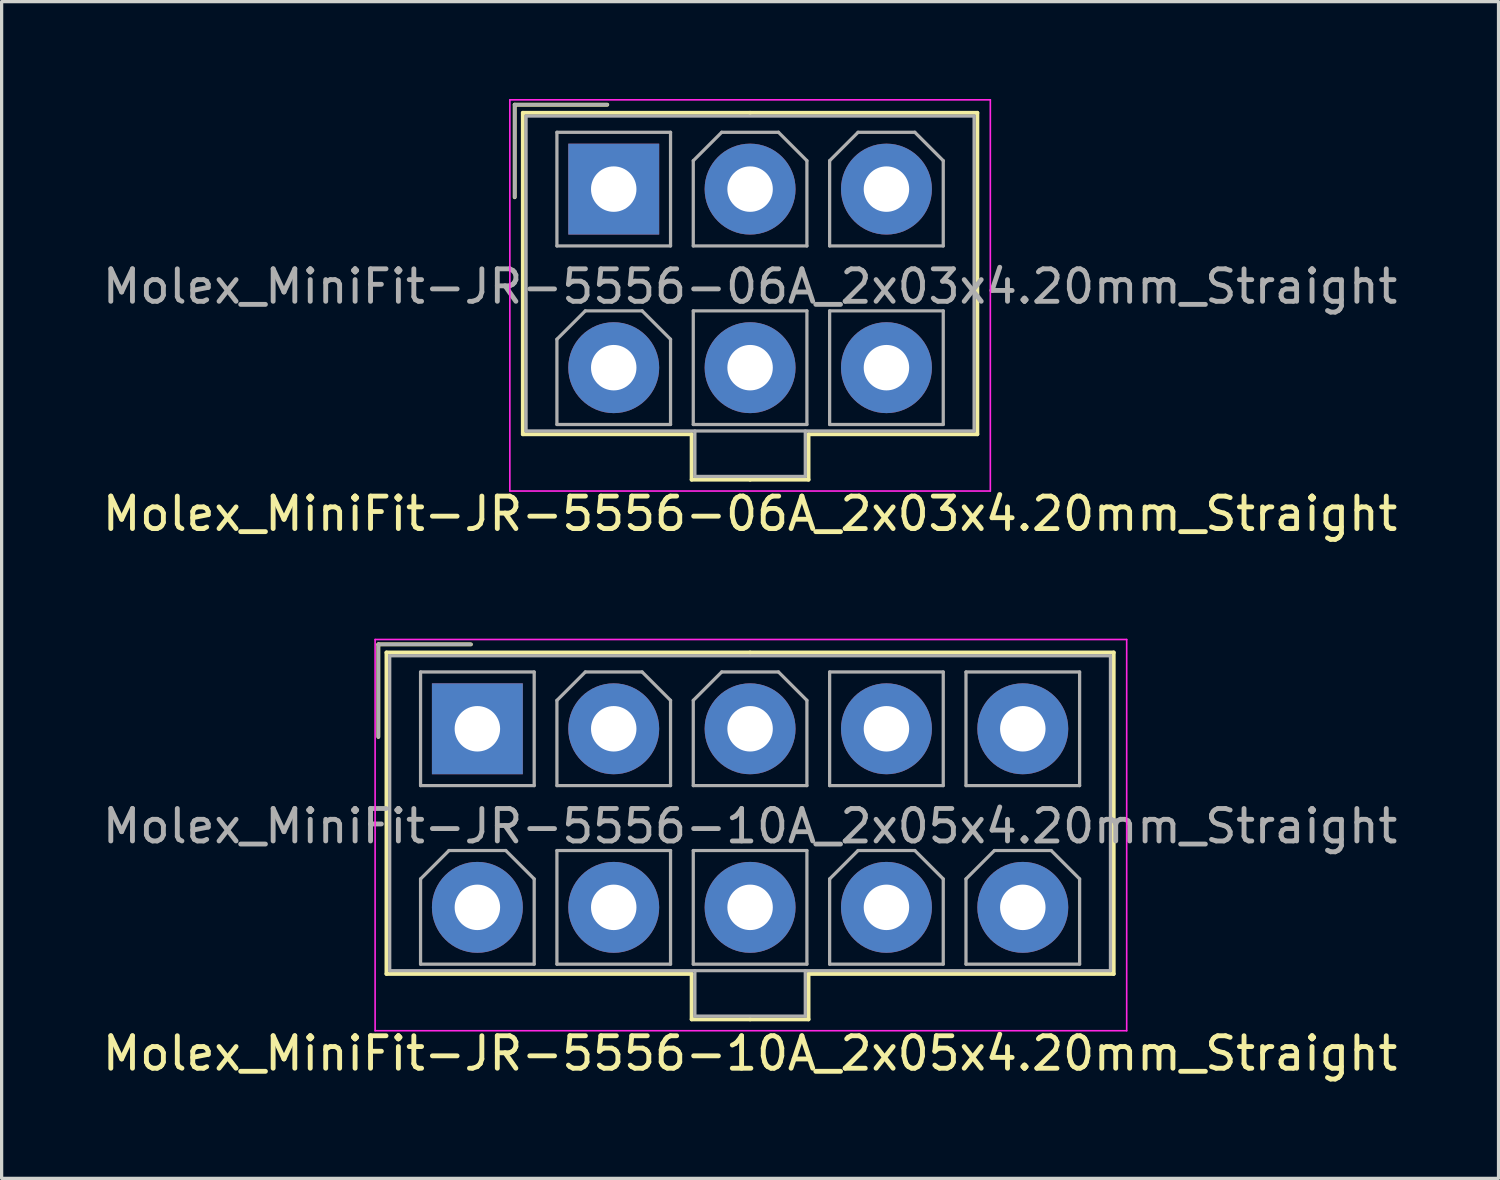
<source format=kicad_pcb>
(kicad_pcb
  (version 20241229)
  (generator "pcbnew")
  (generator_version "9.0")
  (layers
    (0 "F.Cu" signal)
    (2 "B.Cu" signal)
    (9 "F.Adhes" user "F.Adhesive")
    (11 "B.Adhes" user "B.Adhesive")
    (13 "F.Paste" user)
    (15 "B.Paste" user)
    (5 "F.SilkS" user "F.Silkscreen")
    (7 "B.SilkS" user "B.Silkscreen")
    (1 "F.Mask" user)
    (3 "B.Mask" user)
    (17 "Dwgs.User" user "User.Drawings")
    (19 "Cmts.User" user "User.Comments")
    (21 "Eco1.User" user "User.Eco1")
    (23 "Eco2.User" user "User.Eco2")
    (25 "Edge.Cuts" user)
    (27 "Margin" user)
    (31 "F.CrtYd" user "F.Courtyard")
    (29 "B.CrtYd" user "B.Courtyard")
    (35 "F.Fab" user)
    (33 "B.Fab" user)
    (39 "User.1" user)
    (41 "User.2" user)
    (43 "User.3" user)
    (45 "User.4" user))
  (footprint "Molex_MiniFit-JR-5556-06A_2x03x4.20mm_Straight"
    (layer "F.Cu")
    (at 15.854 2.775)
    (property "Reference" "Molex_MiniFit-JR-5556-06A_2x03x4.20mm_Straight" (at 4.2 10 0) (layer "F.SilkS") (effects (font (size 1 1) (thickness 0.15))))
    (attr through_hole)
    (fp_line (start -3.05 -2.6) (end -3.05 0.25) (stroke (width 0.12) (type solid)) (layer "F.SilkS"))
    (fp_line (start -2.8 -2.35) (end -2.8 7.55) (stroke (width 0.12) (type solid)) (layer "F.SilkS"))
    (fp_line (start -2.8 7.55) (end 2.4 7.55) (stroke (width 0.12) (type solid)) (layer "F.SilkS"))
    (fp_line (start -0.2 -2.6) (end -3.05 -2.6) (stroke (width 0.12) (type solid)) (layer "F.SilkS"))
    (fp_line (start 2.4 7.55) (end 2.4 8.95) (stroke (width 0.12) (type solid)) (layer "F.SilkS"))
    (fp_line (start 2.4 8.95) (end 4.2 8.95) (stroke (width 0.12) (type solid)) (layer "F.SilkS"))
    (fp_line (start 4.2 -2.35) (end -2.8 -2.35) (stroke (width 0.12) (type solid)) (layer "F.SilkS"))
    (fp_line (start 4.2 -2.35) (end 11.2 -2.35) (stroke (width 0.12) (type solid)) (layer "F.SilkS"))
    (fp_line (start 6 7.55) (end 6 8.95) (stroke (width 0.12) (type solid)) (layer "F.SilkS"))
    (fp_line (start 6 8.95) (end 4.2 8.95) (stroke (width 0.12) (type solid)) (layer "F.SilkS"))
    (fp_line (start 11.2 -2.35) (end 11.2 7.55) (stroke (width 0.12) (type solid)) (layer "F.SilkS"))
    (fp_line (start 11.2 7.55) (end 6 7.55) (stroke (width 0.12) (type solid)) (layer "F.SilkS"))
    (fp_line (start -3.2 -2.75) (end -3.2 9.3) (stroke (width 0.05) (type solid)) (layer "F.CrtYd"))
    (fp_line (start -3.2 9.3) (end 11.6 9.3) (stroke (width 0.05) (type solid)) (layer "F.CrtYd"))
    (fp_line (start 11.6 -2.75) (end -3.2 -2.75) (stroke (width 0.05) (type solid)) (layer "F.CrtYd"))
    (fp_line (start 11.6 9.3) (end 11.6 -2.75) (stroke (width 0.05) (type solid)) (layer "F.CrtYd"))
    (fp_line (start -3.05 -2.6) (end -3.05 0.25) (stroke (width 0.1) (type solid)) (layer "F.Fab"))
    (fp_line (start -2.7 -2.25) (end -2.7 7.45) (stroke (width 0.1) (type solid)) (layer "F.Fab"))
    (fp_line (start -2.7 7.45) (end 11.1 7.45) (stroke (width 0.1) (type solid)) (layer "F.Fab"))
    (fp_line (start -1.75 -1.75) (end -1.75 1.75) (stroke (width 0.1) (type solid)) (layer "F.Fab"))
    (fp_line (start -1.75 1.75) (end 1.75 1.75) (stroke (width 0.1) (type solid)) (layer "F.Fab"))
    (fp_line (start -1.75 4.625) (end -0.875 3.75) (stroke (width 0.1) (type solid)) (layer "F.Fab"))
    (fp_line (start -1.75 7.25) (end -1.75 4.625) (stroke (width 0.1) (type solid)) (layer "F.Fab"))
    (fp_line (start -0.875 3.75) (end 0.875 3.75) (stroke (width 0.1) (type solid)) (layer "F.Fab"))
    (fp_line (start -0.2 -2.6) (end -3.05 -2.6) (stroke (width 0.1) (type solid)) (layer "F.Fab"))
    (fp_line (start 0.875 3.75) (end 1.75 4.625) (stroke (width 0.1) (type solid)) (layer "F.Fab"))
    (fp_line (start 1.75 -1.75) (end -1.75 -1.75) (stroke (width 0.1) (type solid)) (layer "F.Fab"))
    (fp_line (start 1.75 1.75) (end 1.75 -1.75) (stroke (width 0.1) (type solid)) (layer "F.Fab"))
    (fp_line (start 1.75 4.625) (end 1.75 7.25) (stroke (width 0.1) (type solid)) (layer "F.Fab"))
    (fp_line (start 1.75 7.25) (end -1.75 7.25) (stroke (width 0.1) (type solid)) (layer "F.Fab"))
    (fp_line (start 2.45 -0.875) (end 3.325 -1.75) (stroke (width 0.1) (type solid)) (layer "F.Fab"))
    (fp_line (start 2.45 1.75) (end 2.45 -0.875) (stroke (width 0.1) (type solid)) (layer "F.Fab"))
    (fp_line (start 2.45 3.75) (end 2.45 7.25) (stroke (width 0.1) (type solid)) (layer "F.Fab"))
    (fp_line (start 2.45 7.25) (end 5.95 7.25) (stroke (width 0.1) (type solid)) (layer "F.Fab"))
    (fp_line (start 2.5 7.45) (end 2.5 8.85) (stroke (width 0.1) (type solid)) (layer "F.Fab"))
    (fp_line (start 2.5 8.85) (end 5.9 8.85) (stroke (width 0.1) (type solid)) (layer "F.Fab"))
    (fp_line (start 3.325 -1.75) (end 5.075 -1.75) (stroke (width 0.1) (type solid)) (layer "F.Fab"))
    (fp_line (start 5.075 -1.75) (end 5.95 -0.875) (stroke (width 0.1) (type solid)) (layer "F.Fab"))
    (fp_line (start 5.9 8.85) (end 5.9 7.45) (stroke (width 0.1) (type solid)) (layer "F.Fab"))
    (fp_line (start 5.95 -0.875) (end 5.95 1.75) (stroke (width 0.1) (type solid)) (layer "F.Fab"))
    (fp_line (start 5.95 1.75) (end 2.45 1.75) (stroke (width 0.1) (type solid)) (layer "F.Fab"))
    (fp_line (start 5.95 3.75) (end 2.45 3.75) (stroke (width 0.1) (type solid)) (layer "F.Fab"))
    (fp_line (start 5.95 7.25) (end 5.95 3.75) (stroke (width 0.1) (type solid)) (layer "F.Fab"))
    (fp_line (start 6.65 -0.875) (end 7.525 -1.75) (stroke (width 0.1) (type solid)) (layer "F.Fab"))
    (fp_line (start 6.65 1.75) (end 6.65 -0.875) (stroke (width 0.1) (type solid)) (layer "F.Fab"))
    (fp_line (start 6.65 3.75) (end 6.65 7.25) (stroke (width 0.1) (type solid)) (layer "F.Fab"))
    (fp_line (start 6.65 7.25) (end 10.15 7.25) (stroke (width 0.1) (type solid)) (layer "F.Fab"))
    (fp_line (start 7.525 -1.75) (end 9.275 -1.75) (stroke (width 0.1) (type solid)) (layer "F.Fab"))
    (fp_line (start 9.275 -1.75) (end 10.15 -0.875) (stroke (width 0.1) (type solid)) (layer "F.Fab"))
    (fp_line (start 10.15 -0.875) (end 10.15 1.75) (stroke (width 0.1) (type solid)) (layer "F.Fab"))
    (fp_line (start 10.15 1.75) (end 6.65 1.75) (stroke (width 0.1) (type solid)) (layer "F.Fab"))
    (fp_line (start 10.15 3.75) (end 6.65 3.75) (stroke (width 0.1) (type solid)) (layer "F.Fab"))
    (fp_line (start 10.15 7.25) (end 10.15 3.75) (stroke (width 0.1) (type solid)) (layer "F.Fab"))
    (fp_line (start 11.1 -2.25) (end -2.7 -2.25) (stroke (width 0.1) (type solid)) (layer "F.Fab"))
    (fp_line (start 11.1 7.45) (end 11.1 -2.25) (stroke (width 0.1) (type solid)) (layer "F.Fab"))
    (fp_text user "${REFERENCE}" (at 4.2 3 0) (layer "F.Fab") (effects (font (size 1 1) (thickness 0.15))))
    (pad "1" thru_hole rect (at 0 0) (size 2.8 2.8) (drill 1.4) (layers "*.Cu" "*.Mask"))
    (pad "2" thru_hole circle (at 4.2 0) (size 2.8 2.8) (drill 1.4) (layers "*.Cu" "*.Mask"))
    (pad "3" thru_hole circle (at 8.4 0) (size 2.8 2.8) (drill 1.4) (layers "*.Cu" "*.Mask"))
    (pad "4" thru_hole circle (at 0 5.5) (size 2.8 2.8) (drill 1.4) (layers "*.Cu" "*.Mask"))
    (pad "5" thru_hole circle (at 4.2 5.5) (size 2.8 2.8) (drill 1.4) (layers "*.Cu" "*.Mask"))
    (pad "6" thru_hole circle (at 8.4 5.5) (size 2.8 2.8) (drill 1.4) (layers "*.Cu" "*.Mask")))
  (footprint "Molex_MiniFit-JR-5556-10A_2x05x4.20mm_Straight"
    (layer "F.Cu")
    (at 11.654 19.398)
    (property "Reference" "Molex_MiniFit-JR-5556-10A_2x05x4.20mm_Straight" (at 8.4 10 0) (layer "F.SilkS") (effects (font (size 1 1) (thickness 0.15))))
    (attr through_hole)
    (fp_line (start -3.05 -2.6) (end -3.05 0.25) (stroke (width 0.12) (type solid)) (layer "F.SilkS"))
    (fp_line (start -2.8 -2.35) (end -2.8 7.55) (stroke (width 0.12) (type solid)) (layer "F.SilkS"))
    (fp_line (start -2.8 7.55) (end 6.6 7.55) (stroke (width 0.12) (type solid)) (layer "F.SilkS"))
    (fp_line (start -0.2 -2.6) (end -3.05 -2.6) (stroke (width 0.12) (type solid)) (layer "F.SilkS"))
    (fp_line (start 6.6 7.55) (end 6.6 8.95) (stroke (width 0.12) (type solid)) (layer "F.SilkS"))
    (fp_line (start 6.6 8.95) (end 8.4 8.95) (stroke (width 0.12) (type solid)) (layer "F.SilkS"))
    (fp_line (start 8.4 -2.35) (end -2.8 -2.35) (stroke (width 0.12) (type solid)) (layer "F.SilkS"))
    (fp_line (start 8.4 -2.35) (end 19.6 -2.35) (stroke (width 0.12) (type solid)) (layer "F.SilkS"))
    (fp_line (start 10.2 7.55) (end 10.2 8.95) (stroke (width 0.12) (type solid)) (layer "F.SilkS"))
    (fp_line (start 10.2 8.95) (end 8.4 8.95) (stroke (width 0.12) (type solid)) (layer "F.SilkS"))
    (fp_line (start 19.6 -2.35) (end 19.6 7.55) (stroke (width 0.12) (type solid)) (layer "F.SilkS"))
    (fp_line (start 19.6 7.55) (end 10.2 7.55) (stroke (width 0.12) (type solid)) (layer "F.SilkS"))
    (fp_line (start -3.15 -2.75) (end -3.15 9.3) (stroke (width 0.05) (type solid)) (layer "F.CrtYd"))
    (fp_line (start -3.15 9.3) (end 20 9.3) (stroke (width 0.05) (type solid)) (layer "F.CrtYd"))
    (fp_line (start 20 -2.75) (end -3.15 -2.75) (stroke (width 0.05) (type solid)) (layer "F.CrtYd"))
    (fp_line (start 20 9.3) (end 20 -2.75) (stroke (width 0.05) (type solid)) (layer "F.CrtYd"))
    (fp_line (start -3.05 -2.6) (end -3.05 0.25) (stroke (width 0.1) (type solid)) (layer "F.Fab"))
    (fp_line (start -2.7 -2.25) (end -2.7 7.45) (stroke (width 0.1) (type solid)) (layer "F.Fab"))
    (fp_line (start -2.7 7.45) (end 19.5 7.45) (stroke (width 0.1) (type solid)) (layer "F.Fab"))
    (fp_line (start -1.75 -1.75) (end -1.75 1.75) (stroke (width 0.1) (type solid)) (layer "F.Fab"))
    (fp_line (start -1.75 1.75) (end 1.75 1.75) (stroke (width 0.1) (type solid)) (layer "F.Fab"))
    (fp_line (start -1.75 4.625) (end -0.875 3.75) (stroke (width 0.1) (type solid)) (layer "F.Fab"))
    (fp_line (start -1.75 7.25) (end -1.75 4.625) (stroke (width 0.1) (type solid)) (layer "F.Fab"))
    (fp_line (start -0.875 3.75) (end 0.875 3.75) (stroke (width 0.1) (type solid)) (layer "F.Fab"))
    (fp_line (start -0.2 -2.6) (end -3.05 -2.6) (stroke (width 0.1) (type solid)) (layer "F.Fab"))
    (fp_line (start 0.875 3.75) (end 1.75 4.625) (stroke (width 0.1) (type solid)) (layer "F.Fab"))
    (fp_line (start 1.75 -1.75) (end -1.75 -1.75) (stroke (width 0.1) (type solid)) (layer "F.Fab"))
    (fp_line (start 1.75 1.75) (end 1.75 -1.75) (stroke (width 0.1) (type solid)) (layer "F.Fab"))
    (fp_line (start 1.75 4.625) (end 1.75 7.25) (stroke (width 0.1) (type solid)) (layer "F.Fab"))
    (fp_line (start 1.75 7.25) (end -1.75 7.25) (stroke (width 0.1) (type solid)) (layer "F.Fab"))
    (fp_line (start 2.45 -0.875) (end 3.325 -1.75) (stroke (width 0.1) (type solid)) (layer "F.Fab"))
    (fp_line (start 2.45 1.75) (end 2.45 -0.875) (stroke (width 0.1) (type solid)) (layer "F.Fab"))
    (fp_line (start 2.45 3.75) (end 2.45 7.25) (stroke (width 0.1) (type solid)) (layer "F.Fab"))
    (fp_line (start 2.45 7.25) (end 5.95 7.25) (stroke (width 0.1) (type solid)) (layer "F.Fab"))
    (fp_line (start 3.325 -1.75) (end 5.075 -1.75) (stroke (width 0.1) (type solid)) (layer "F.Fab"))
    (fp_line (start 5.075 -1.75) (end 5.95 -0.875) (stroke (width 0.1) (type solid)) (layer "F.Fab"))
    (fp_line (start 5.95 -0.875) (end 5.95 1.75) (stroke (width 0.1) (type solid)) (layer "F.Fab"))
    (fp_line (start 5.95 1.75) (end 2.45 1.75) (stroke (width 0.1) (type solid)) (layer "F.Fab"))
    (fp_line (start 5.95 3.75) (end 2.45 3.75) (stroke (width 0.1) (type solid)) (layer "F.Fab"))
    (fp_line (start 5.95 7.25) (end 5.95 3.75) (stroke (width 0.1) (type solid)) (layer "F.Fab"))
    (fp_line (start 6.65 -0.875) (end 7.525 -1.75) (stroke (width 0.1) (type solid)) (layer "F.Fab"))
    (fp_line (start 6.65 1.75) (end 6.65 -0.875) (stroke (width 0.1) (type solid)) (layer "F.Fab"))
    (fp_line (start 6.65 3.75) (end 6.65 7.25) (stroke (width 0.1) (type solid)) (layer "F.Fab"))
    (fp_line (start 6.65 7.25) (end 10.15 7.25) (stroke (width 0.1) (type solid)) (layer "F.Fab"))
    (fp_line (start 6.7 7.45) (end 6.7 8.85) (stroke (width 0.1) (type solid)) (layer "F.Fab"))
    (fp_line (start 6.7 8.85) (end 10.1 8.85) (stroke (width 0.1) (type solid)) (layer "F.Fab"))
    (fp_line (start 7.525 -1.75) (end 9.275 -1.75) (stroke (width 0.1) (type solid)) (layer "F.Fab"))
    (fp_line (start 9.275 -1.75) (end 10.15 -0.875) (stroke (width 0.1) (type solid)) (layer "F.Fab"))
    (fp_line (start 10.1 8.85) (end 10.1 7.45) (stroke (width 0.1) (type solid)) (layer "F.Fab"))
    (fp_line (start 10.15 -0.875) (end 10.15 1.75) (stroke (width 0.1) (type solid)) (layer "F.Fab"))
    (fp_line (start 10.15 1.75) (end 6.65 1.75) (stroke (width 0.1) (type solid)) (layer "F.Fab"))
    (fp_line (start 10.15 3.75) (end 6.65 3.75) (stroke (width 0.1) (type solid)) (layer "F.Fab"))
    (fp_line (start 10.15 7.25) (end 10.15 3.75) (stroke (width 0.1) (type solid)) (layer "F.Fab"))
    (fp_line (start 10.85 -1.75) (end 10.85 1.75) (stroke (width 0.1) (type solid)) (layer "F.Fab"))
    (fp_line (start 10.85 1.75) (end 14.35 1.75) (stroke (width 0.1) (type solid)) (layer "F.Fab"))
    (fp_line (start 10.85 4.625) (end 11.725 3.75) (stroke (width 0.1) (type solid)) (layer "F.Fab"))
    (fp_line (start 10.85 7.25) (end 10.85 4.625) (stroke (width 0.1) (type solid)) (layer "F.Fab"))
    (fp_line (start 11.725 3.75) (end 13.475 3.75) (stroke (width 0.1) (type solid)) (layer "F.Fab"))
    (fp_line (start 13.475 3.75) (end 14.35 4.625) (stroke (width 0.1) (type solid)) (layer "F.Fab"))
    (fp_line (start 14.35 -1.75) (end 10.85 -1.75) (stroke (width 0.1) (type solid)) (layer "F.Fab"))
    (fp_line (start 14.35 1.75) (end 14.35 -1.75) (stroke (width 0.1) (type solid)) (layer "F.Fab"))
    (fp_line (start 14.35 4.625) (end 14.35 7.25) (stroke (width 0.1) (type solid)) (layer "F.Fab"))
    (fp_line (start 14.35 7.25) (end 10.85 7.25) (stroke (width 0.1) (type solid)) (layer "F.Fab"))
    (fp_line (start 15.05 -1.75) (end 15.05 1.75) (stroke (width 0.1) (type solid)) (layer "F.Fab"))
    (fp_line (start 15.05 1.75) (end 18.55 1.75) (stroke (width 0.1) (type solid)) (layer "F.Fab"))
    (fp_line (start 15.05 4.625) (end 15.925 3.75) (stroke (width 0.1) (type solid)) (layer "F.Fab"))
    (fp_line (start 15.05 7.25) (end 15.05 4.625) (stroke (width 0.1) (type solid)) (layer "F.Fab"))
    (fp_line (start 15.925 3.75) (end 17.675 3.75) (stroke (width 0.1) (type solid)) (layer "F.Fab"))
    (fp_line (start 17.675 3.75) (end 18.55 4.625) (stroke (width 0.1) (type solid)) (layer "F.Fab"))
    (fp_line (start 18.55 -1.75) (end 15.05 -1.75) (stroke (width 0.1) (type solid)) (layer "F.Fab"))
    (fp_line (start 18.55 1.75) (end 18.55 -1.75) (stroke (width 0.1) (type solid)) (layer "F.Fab"))
    (fp_line (start 18.55 4.625) (end 18.55 7.25) (stroke (width 0.1) (type solid)) (layer "F.Fab"))
    (fp_line (start 18.55 7.25) (end 15.05 7.25) (stroke (width 0.1) (type solid)) (layer "F.Fab"))
    (fp_line (start 19.5 -2.25) (end -2.7 -2.25) (stroke (width 0.1) (type solid)) (layer "F.Fab"))
    (fp_line (start 19.5 7.45) (end 19.5 -2.25) (stroke (width 0.1) (type solid)) (layer "F.Fab"))
    (fp_text user "${REFERENCE}" (at 8.4 3 0) (layer "F.Fab") (effects (font (size 1 1) (thickness 0.15))))
    (pad "1" thru_hole rect (at 0 0) (size 2.8 2.8) (drill 1.4) (layers "*.Cu" "*.Mask"))
    (pad "2" thru_hole circle (at 4.2 0) (size 2.8 2.8) (drill 1.4) (layers "*.Cu" "*.Mask"))
    (pad "3" thru_hole circle (at 8.4 0) (size 2.8 2.8) (drill 1.4) (layers "*.Cu" "*.Mask"))
    (pad "4" thru_hole circle (at 12.6 0) (size 2.8 2.8) (drill 1.4) (layers "*.Cu" "*.Mask"))
    (pad "5" thru_hole circle (at 16.8 0) (size 2.8 2.8) (drill 1.4) (layers "*.Cu" "*.Mask"))
    (pad "6" thru_hole circle (at 0 5.5) (size 2.8 2.8) (drill 1.4) (layers "*.Cu" "*.Mask"))
    (pad "7" thru_hole circle (at 4.2 5.5) (size 2.8 2.8) (drill 1.4) (layers "*.Cu" "*.Mask"))
    (pad "8" thru_hole circle (at 8.4 5.5) (size 2.8 2.8) (drill 1.4) (layers "*.Cu" "*.Mask"))
    (pad "9" thru_hole circle (at 12.6 5.5) (size 2.8 2.8) (drill 1.4) (layers "*.Cu" "*.Mask"))
    (pad "10" thru_hole circle (at 16.8 5.5) (size 2.8 2.8) (drill 1.4) (layers "*.Cu" "*.Mask")))
  (gr_rect
    (start -3 -3)
    (end 43.107 33.246)
    (stroke (width 0.1) (type default))
    (fill no)
    (layer "Edge.Cuts")))
</source>
